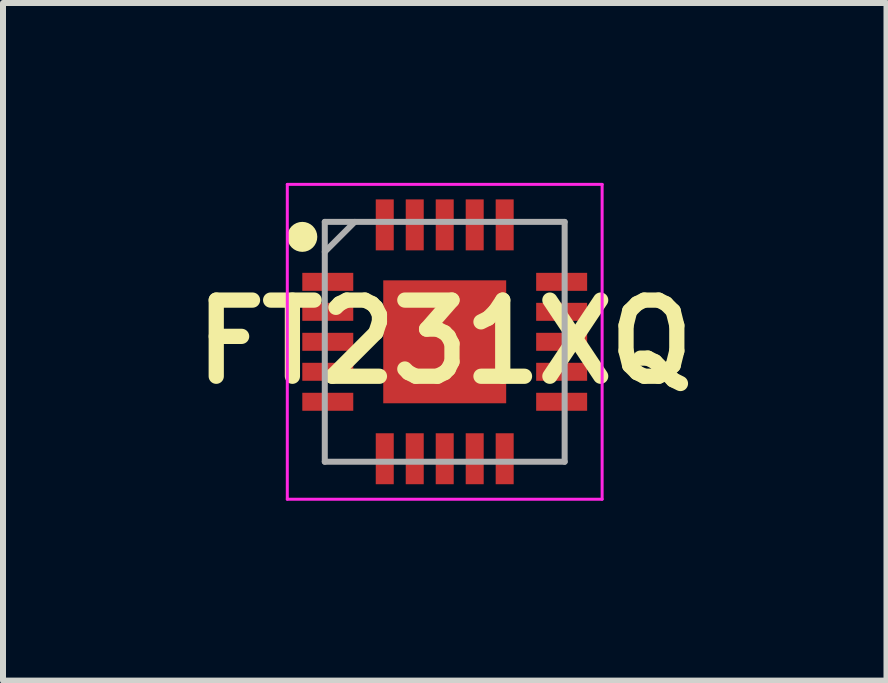
<source format=kicad_pcb>
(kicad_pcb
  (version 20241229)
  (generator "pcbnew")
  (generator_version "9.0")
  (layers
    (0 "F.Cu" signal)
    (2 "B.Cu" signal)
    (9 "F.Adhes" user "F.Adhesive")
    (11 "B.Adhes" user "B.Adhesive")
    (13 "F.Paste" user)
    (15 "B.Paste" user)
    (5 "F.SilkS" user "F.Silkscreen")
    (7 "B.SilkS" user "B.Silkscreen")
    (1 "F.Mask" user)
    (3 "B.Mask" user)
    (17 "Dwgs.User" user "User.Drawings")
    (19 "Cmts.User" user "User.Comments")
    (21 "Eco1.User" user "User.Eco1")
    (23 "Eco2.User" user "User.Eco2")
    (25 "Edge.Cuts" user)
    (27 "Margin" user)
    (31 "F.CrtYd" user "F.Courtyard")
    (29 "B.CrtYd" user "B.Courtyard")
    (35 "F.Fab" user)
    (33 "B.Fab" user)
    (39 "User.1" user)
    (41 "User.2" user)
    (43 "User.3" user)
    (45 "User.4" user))
  (footprint "FT231XQ"
    (layer "F.Cu")
    (at 4.366 2.65)
    (property "Reference" "FT231XQ" (at 0 0 0) (layer "F.SilkS") (effects (font (size 1.27 1.27) (thickness 0.254))))
    (attr smd)
    (fp_circle (center -2.375 -1.75) (end -2.375 -1.625) (stroke (width 0.25) (type solid)) (fill no) (layer "F.SilkS"))
    (fp_line (start -2.625 -2.625) (end 2.625 -2.625) (stroke (width 0.05) (type solid)) (layer "F.CrtYd"))
    (fp_line (start -2.625 2.625) (end -2.625 -2.625) (stroke (width 0.05) (type solid)) (layer "F.CrtYd"))
    (fp_line (start 2.625 -2.625) (end 2.625 2.625) (stroke (width 0.05) (type solid)) (layer "F.CrtYd"))
    (fp_line (start 2.625 2.625) (end -2.625 2.625) (stroke (width 0.05) (type solid)) (layer "F.CrtYd"))
    (fp_line (start -2 -2) (end 2 -2) (stroke (width 0.1) (type solid)) (layer "F.Fab"))
    (fp_line (start -2 -1.5) (end -1.5 -2) (stroke (width 0.1) (type solid)) (layer "F.Fab"))
    (fp_line (start -2 2) (end -2 -2) (stroke (width 0.1) (type solid)) (layer "F.Fab"))
    (fp_line (start 2 -2) (end 2 2) (stroke (width 0.1) (type solid)) (layer "F.Fab"))
    (fp_line (start 2 2) (end -2 2) (stroke (width 0.1) (type solid)) (layer "F.Fab"))
    (pad "1" smd rect (at -1.95 -1 90) (size 0.3 0.85) (layers "F.Cu" "F.Mask" "F.Paste"))
    (pad "2" smd rect (at -1.95 -0.5 90) (size 0.3 0.85) (layers "F.Cu" "F.Mask" "F.Paste"))
    (pad "3" smd rect (at -1.95 0 90) (size 0.3 0.85) (layers "F.Cu" "F.Mask" "F.Paste"))
    (pad "4" smd rect (at -1.95 0.5 90) (size 0.3 0.85) (layers "F.Cu" "F.Mask" "F.Paste"))
    (pad "5" smd rect (at -1.95 1 90) (size 0.3 0.85) (layers "F.Cu" "F.Mask" "F.Paste"))
    (pad "6" smd rect (at -1 1.95) (size 0.3 0.85) (layers "F.Cu" "F.Mask" "F.Paste"))
    (pad "7" smd rect (at -0.5 1.95) (size 0.3 0.85) (layers "F.Cu" "F.Mask" "F.Paste"))
    (pad "8" smd rect (at 0 1.95) (size 0.3 0.85) (layers "F.Cu" "F.Mask" "F.Paste"))
    (pad "9" smd rect (at 0.5 1.95) (size 0.3 0.85) (layers "F.Cu" "F.Mask" "F.Paste"))
    (pad "10" smd rect (at 1 1.95) (size 0.3 0.85) (layers "F.Cu" "F.Mask" "F.Paste"))
    (pad "11" smd rect (at 1.95 1 90) (size 0.3 0.85) (layers "F.Cu" "F.Mask" "F.Paste"))
    (pad "12" smd rect (at 1.95 0.5 90) (size 0.3 0.85) (layers "F.Cu" "F.Mask" "F.Paste"))
    (pad "13" smd rect (at 1.95 0 90) (size 0.3 0.85) (layers "F.Cu" "F.Mask" "F.Paste"))
    (pad "14" smd rect (at 1.95 -0.5 90) (size 0.3 0.85) (layers "F.Cu" "F.Mask" "F.Paste"))
    (pad "15" smd rect (at 1.95 -1 90) (size 0.3 0.85) (layers "F.Cu" "F.Mask" "F.Paste"))
    (pad "16" smd rect (at 1 -1.95) (size 0.3 0.85) (layers "F.Cu" "F.Mask" "F.Paste"))
    (pad "17" smd rect (at 0.5 -1.95) (size 0.3 0.85) (layers "F.Cu" "F.Mask" "F.Paste"))
    (pad "18" smd rect (at 0 -1.95) (size 0.3 0.85) (layers "F.Cu" "F.Mask" "F.Paste"))
    (pad "19" smd rect (at -0.5 -1.95) (size 0.3 0.85) (layers "F.Cu" "F.Mask" "F.Paste"))
    (pad "20" smd rect (at -1 -1.95) (size 0.3 0.85) (layers "F.Cu" "F.Mask" "F.Paste"))
    (pad "21" smd rect (at 0 0) (size 2.05 2.05) (layers "F.Cu" "F.Mask" "F.Paste")))
  (gr_rect
    (start -3 -3)
    (end 11.733 8.3)
    (stroke (width 0.1) (type default))
    (fill no)
    (layer "Edge.Cuts")))
</source>
